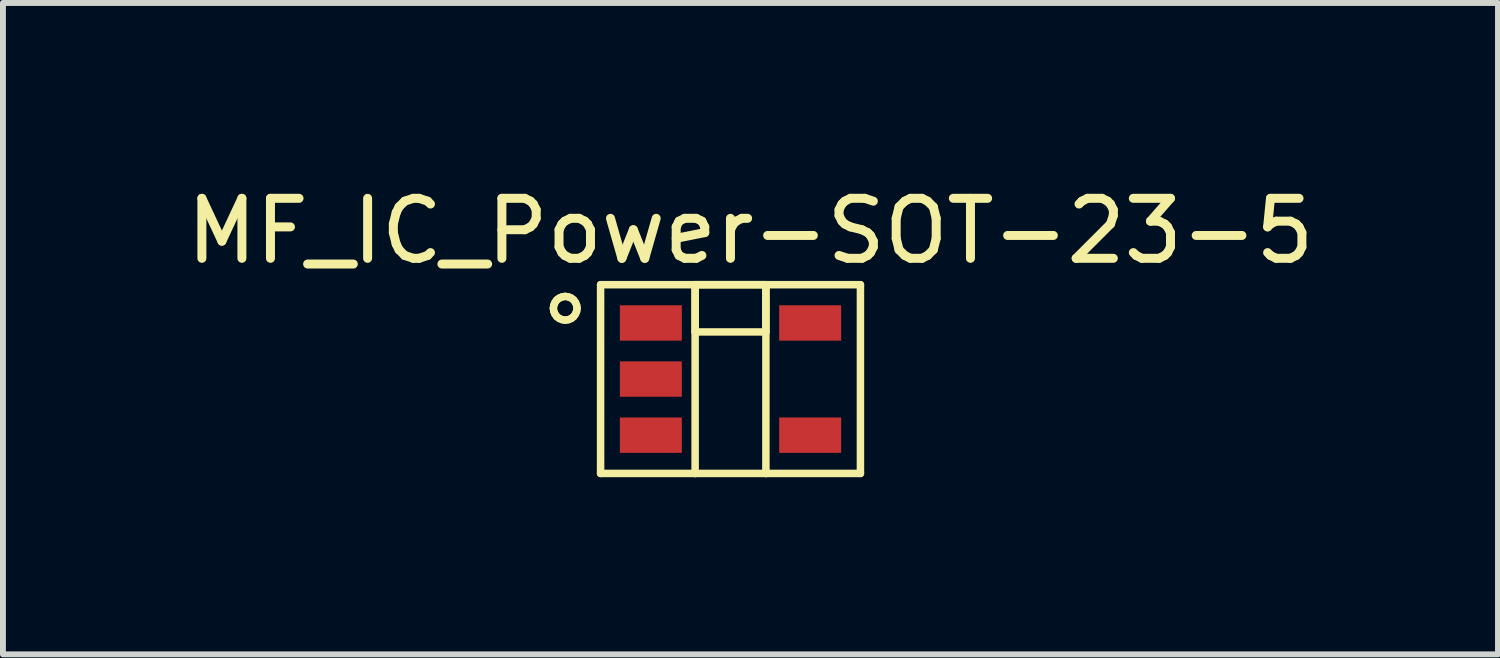
<source format=kicad_pcb>
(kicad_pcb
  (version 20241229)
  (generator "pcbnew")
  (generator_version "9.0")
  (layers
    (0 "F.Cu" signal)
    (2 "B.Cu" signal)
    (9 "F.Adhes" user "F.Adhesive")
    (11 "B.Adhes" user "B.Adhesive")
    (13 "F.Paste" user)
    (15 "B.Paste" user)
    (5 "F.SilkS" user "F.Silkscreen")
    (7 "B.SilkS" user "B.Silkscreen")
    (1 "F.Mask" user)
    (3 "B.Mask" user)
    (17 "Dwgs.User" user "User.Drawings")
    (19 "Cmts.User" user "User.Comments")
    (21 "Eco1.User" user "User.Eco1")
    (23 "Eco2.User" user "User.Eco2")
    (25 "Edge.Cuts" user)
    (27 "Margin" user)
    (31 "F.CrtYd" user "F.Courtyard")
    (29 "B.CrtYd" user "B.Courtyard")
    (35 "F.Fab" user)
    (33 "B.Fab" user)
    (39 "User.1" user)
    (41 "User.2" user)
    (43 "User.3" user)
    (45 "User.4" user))
  (footprint "MF_IC_Power-SOT-23-5"
    (layer "F.Cu")
    (at 9.32 3.369)
    (property "Reference" "MF_IC_Power-SOT-23-5" (at 0.338 -2.507 0) (layer "F.SilkS") (effects (font (size 1.016 1.016) (thickness 0.152))))
    (attr smd)
    (fp_line (start -3 -1.199) (end -2.992 -1.25) (stroke (width 0.127) (type solid)) (layer "F.SilkS"))
    (fp_line (start -2.992 -1.25) (end -2.972 -1.298) (stroke (width 0.127) (type solid)) (layer "F.SilkS"))
    (fp_line (start -2.992 -1.148) (end -3 -1.199) (stroke (width 0.127) (type solid)) (layer "F.SilkS"))
    (fp_line (start -2.972 -1.298) (end -2.941 -1.341) (stroke (width 0.127) (type solid)) (layer "F.SilkS"))
    (fp_line (start -2.972 -1.1) (end -2.992 -1.148) (stroke (width 0.127) (type solid)) (layer "F.SilkS"))
    (fp_line (start -2.941 -1.341) (end -2.898 -1.372) (stroke (width 0.127) (type solid)) (layer "F.SilkS"))
    (fp_line (start -2.941 -1.057) (end -2.972 -1.1) (stroke (width 0.127) (type solid)) (layer "F.SilkS"))
    (fp_line (start -2.898 -1.372) (end -2.85 -1.392) (stroke (width 0.127) (type solid)) (layer "F.SilkS"))
    (fp_line (start -2.898 -1.026) (end -2.941 -1.057) (stroke (width 0.127) (type solid)) (layer "F.SilkS"))
    (fp_line (start -2.85 -1.392) (end -2.799 -1.4) (stroke (width 0.127) (type solid)) (layer "F.SilkS"))
    (fp_line (start -2.85 -1.006) (end -2.898 -1.026) (stroke (width 0.127) (type solid)) (layer "F.SilkS"))
    (fp_line (start -2.799 -1.4) (end -2.746 -1.392) (stroke (width 0.127) (type solid)) (layer "F.SilkS"))
    (fp_line (start -2.799 -0.998) (end -2.85 -1.006) (stroke (width 0.127) (type solid)) (layer "F.SilkS"))
    (fp_line (start -2.746 -1.392) (end -2.697 -1.372) (stroke (width 0.127) (type solid)) (layer "F.SilkS"))
    (fp_line (start -2.746 -1.006) (end -2.799 -0.998) (stroke (width 0.127) (type solid)) (layer "F.SilkS"))
    (fp_line (start -2.697 -1.372) (end -2.657 -1.341) (stroke (width 0.127) (type solid)) (layer "F.SilkS"))
    (fp_line (start -2.697 -1.026) (end -2.746 -1.006) (stroke (width 0.127) (type solid)) (layer "F.SilkS"))
    (fp_line (start -2.657 -1.341) (end -2.626 -1.298) (stroke (width 0.127) (type solid)) (layer "F.SilkS"))
    (fp_line (start -2.657 -1.057) (end -2.697 -1.026) (stroke (width 0.127) (type solid)) (layer "F.SilkS"))
    (fp_line (start -2.626 -1.298) (end -2.606 -1.25) (stroke (width 0.127) (type solid)) (layer "F.SilkS"))
    (fp_line (start -2.626 -1.1) (end -2.657 -1.057) (stroke (width 0.127) (type solid)) (layer "F.SilkS"))
    (fp_line (start -2.606 -1.25) (end -2.598 -1.199) (stroke (width 0.127) (type solid)) (layer "F.SilkS"))
    (fp_line (start -2.606 -1.148) (end -2.626 -1.1) (stroke (width 0.127) (type solid)) (layer "F.SilkS"))
    (fp_line (start -2.598 -1.199) (end -2.606 -1.148) (stroke (width 0.127) (type solid)) (layer "F.SilkS"))
    (fp_line (start -2.2 -1.598) (end -0.599 -1.598) (stroke (width 0.127) (type solid)) (layer "F.SilkS"))
    (fp_line (start -2.2 1.598) (end -2.2 -1.598) (stroke (width 0.127) (type solid)) (layer "F.SilkS"))
    (fp_line (start -0.599 -1.598) (end -0.599 -0.798) (stroke (width 0.127) (type solid)) (layer "F.SilkS"))
    (fp_line (start -0.599 -1.598) (end -0.599 1.598) (stroke (width 0.127) (type solid)) (layer "F.SilkS"))
    (fp_line (start -0.599 -1.598) (end 0.599 -1.598) (stroke (width 0.127) (type solid)) (layer "F.SilkS"))
    (fp_line (start -0.599 -0.798) (end 0.599 -0.798) (stroke (width 0.127) (type solid)) (layer "F.SilkS"))
    (fp_line (start -0.599 1.598) (end -2.2 1.598) (stroke (width 0.127) (type solid)) (layer "F.SilkS"))
    (fp_line (start 0.599 -1.598) (end -0.599 -1.598) (stroke (width 0.127) (type solid)) (layer "F.SilkS"))
    (fp_line (start 0.599 -1.598) (end 0.599 1.598) (stroke (width 0.127) (type solid)) (layer "F.SilkS"))
    (fp_line (start 0.599 -1.598) (end 2.2 -1.598) (stroke (width 0.127) (type solid)) (layer "F.SilkS"))
    (fp_line (start 0.599 -0.798) (end 0.599 -1.598) (stroke (width 0.127) (type solid)) (layer "F.SilkS"))
    (fp_line (start 0.599 1.598) (end -0.599 1.598) (stroke (width 0.127) (type solid)) (layer "F.SilkS"))
    (fp_line (start 2.2 -1.598) (end 2.2 1.598) (stroke (width 0.127) (type solid)) (layer "F.SilkS"))
    (fp_line (start 2.2 1.598) (end 0.599 1.598) (stroke (width 0.127) (type solid)) (layer "F.SilkS"))
    (pad "1" smd rect (at -1.349 -0.95) (size 1.049 0.599) (layers "F.Cu" "F.Mask" "F.Paste"))
    (pad "2" smd rect (at -1.349 0) (size 1.049 0.599) (layers "F.Cu" "F.Mask" "F.Paste"))
    (pad "3" smd rect (at -1.349 0.95) (size 1.049 0.599) (layers "F.Cu" "F.Mask" "F.Paste"))
    (pad "4" smd rect (at 1.349 0.95) (size 1.049 0.599) (layers "F.Cu" "F.Mask" "F.Paste"))
    (pad "5" smd rect (at 1.349 -0.95) (size 1.049 0.599) (layers "F.Cu" "F.Mask" "F.Paste")))
  (gr_rect
    (start -3 -3)
    (end 22.316 8.03)
    (stroke (width 0.1) (type default))
    (fill no)
    (layer "Edge.Cuts")))
</source>
